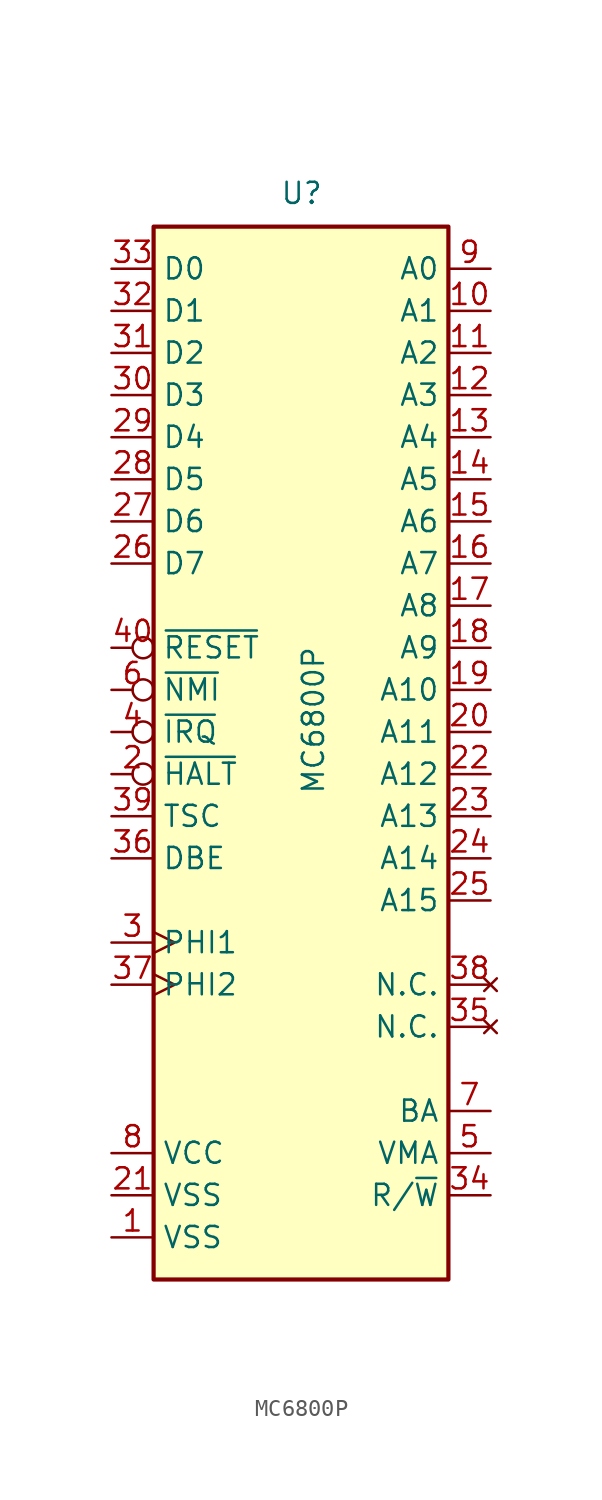
<source format=kicad_sym>
(kicad_symbol_lib
  (version 20231120)
  (generator "kicad_symbol_editor")
  (generator_version "8.0")
  (symbol "MC6800P"
    (property "Reference" "U"
      (at -1.27 31.75 0)
      (effects (font (size 1.27 1.27)) (justify left bottom)))
    (property "Value" "MC6800P"
      (at 0 -3.81 90)
      (effects (font (size 1.27 1.27)) (justify left top)))
    (symbol "MC6800P_0_1"
      (rectangle (start -8.89 -33.02) (end 8.89 30.48) (stroke (width 0.254) (type default)) (fill (type background))))
    (symbol "MC6800P_1_1"
      (pin power_in line (at -11.43 -30.48 0) (length 2.54) (name "VSS" (effects (font (size 1.27 1.27)))) (number "1" (effects (font (size 1.27 1.27)))))
      (pin output line (at 11.43 25.4 180) (length 2.54) (name "A1" (effects (font (size 1.27 1.27)))) (number "10" (effects (font (size 1.27 1.27)))))
      (pin output line (at 11.43 22.86 180) (length 2.54) (name "A2" (effects (font (size 1.27 1.27)))) (number "11" (effects (font (size 1.27 1.27)))))
      (pin output line (at 11.43 20.32 180) (length 2.54) (name "A3" (effects (font (size 1.27 1.27)))) (number "12" (effects (font (size 1.27 1.27)))))
      (pin output line (at 11.43 17.78 180) (length 2.54) (name "A4" (effects (font (size 1.27 1.27)))) (number "13" (effects (font (size 1.27 1.27)))))
      (pin output line (at 11.43 15.24 180) (length 2.54) (name "A5" (effects (font (size 1.27 1.27)))) (number "14" (effects (font (size 1.27 1.27)))))
      (pin output line (at 11.43 12.7 180) (length 2.54) (name "A6" (effects (font (size 1.27 1.27)))) (number "15" (effects (font (size 1.27 1.27)))))
      (pin output line (at 11.43 10.16 180) (length 2.54) (name "A7" (effects (font (size 1.27 1.27)))) (number "16" (effects (font (size 1.27 1.27)))))
      (pin output line (at 11.43 7.62 180) (length 2.54) (name "A8" (effects (font (size 1.27 1.27)))) (number "17" (effects (font (size 1.27 1.27)))))
      (pin output line (at 11.43 5.08 180) (length 2.54) (name "A9" (effects (font (size 1.27 1.27)))) (number "18" (effects (font (size 1.27 1.27)))))
      (pin output line (at 11.43 2.54 180) (length 2.54) (name "A10" (effects (font (size 1.27 1.27)))) (number "19" (effects (font (size 1.27 1.27)))))
      (pin input inverted (at -11.43 -2.54 0) (length 2.54) (name "~{HALT}" (effects (font (size 1.27 1.27)))) (number "2" (effects (font (size 1.27 1.27)))))
      (pin output line (at 11.43 0 180) (length 2.54) (name "A11" (effects (font (size 1.27 1.27)))) (number "20" (effects (font (size 1.27 1.27)))))
      (pin power_in line (at -11.43 -27.94 0) (length 2.54) (name "VSS" (effects (font (size 1.27 1.27)))) (number "21" (effects (font (size 1.27 1.27)))))
      (pin output line (at 11.43 -2.54 180) (length 2.54) (name "A12" (effects (font (size 1.27 1.27)))) (number "22" (effects (font (size 1.27 1.27)))))
      (pin output line (at 11.43 -5.08 180) (length 2.54) (name "A13" (effects (font (size 1.27 1.27)))) (number "23" (effects (font (size 1.27 1.27)))))
      (pin output line (at 11.43 -7.62 180) (length 2.54) (name "A14" (effects (font (size 1.27 1.27)))) (number "24" (effects (font (size 1.27 1.27)))))
      (pin output line (at 11.43 -10.16 180) (length 2.54) (name "A15" (effects (font (size 1.27 1.27)))) (number "25" (effects (font (size 1.27 1.27)))))
      (pin bidirectional line (at -11.43 10.16 0) (length 2.54) (name "D7" (effects (font (size 1.27 1.27)))) (number "26" (effects (font (size 1.27 1.27)))))
      (pin bidirectional line (at -11.43 12.7 0) (length 2.54) (name "D6" (effects (font (size 1.27 1.27)))) (number "27" (effects (font (size 1.27 1.27)))))
      (pin bidirectional line (at -11.43 15.24 0) (length 2.54) (name "D5" (effects (font (size 1.27 1.27)))) (number "28" (effects (font (size 1.27 1.27)))))
      (pin bidirectional line (at -11.43 17.78 0) (length 2.54) (name "D4" (effects (font (size 1.27 1.27)))) (number "29" (effects (font (size 1.27 1.27)))))
      (pin input clock (at -11.43 -12.7 0) (length 2.54) (name "PHI1" (effects (font (size 1.27 1.27)))) (number "3" (effects (font (size 1.27 1.27)))))
      (pin bidirectional line (at -11.43 20.32 0) (length 2.54) (name "D3" (effects (font (size 1.27 1.27)))) (number "30" (effects (font (size 1.27 1.27)))))
      (pin bidirectional line (at -11.43 22.86 0) (length 2.54) (name "D2" (effects (font (size 1.27 1.27)))) (number "31" (effects (font (size 1.27 1.27)))))
      (pin bidirectional line (at -11.43 25.4 0) (length 2.54) (name "D1" (effects (font (size 1.27 1.27)))) (number "32" (effects (font (size 1.27 1.27)))))
      (pin bidirectional line (at -11.43 27.94 0) (length 2.54) (name "D0" (effects (font (size 1.27 1.27)))) (number "33" (effects (font (size 1.27 1.27)))))
      (pin output line (at 11.43 -27.94 180) (length 2.54) (name "R/~{W}" (effects (font (size 1.27 1.27)))) (number "34" (effects (font (size 1.27 1.27)))))
      (pin no_connect line (at 11.43 -17.78 180) (length 2.54) (name "N.C." (effects (font (size 1.27 1.27)))) (number "35" (effects (font (size 1.27 1.27)))))
      (pin input line (at -11.43 -7.62 0) (length 2.54) (name "DBE" (effects (font (size 1.27 1.27)))) (number "36" (effects (font (size 1.27 1.27)))))
      (pin input clock (at -11.43 -15.24 0) (length 2.54) (name "PHI2" (effects (font (size 1.27 1.27)))) (number "37" (effects (font (size 1.27 1.27)))))
      (pin no_connect line (at 11.43 -15.24 180) (length 2.54) (name "N.C." (effects (font (size 1.27 1.27)))) (number "38" (effects (font (size 1.27 1.27)))))
      (pin input line (at -11.43 -5.08 0) (length 2.54) (name "TSC" (effects (font (size 1.27 1.27)))) (number "39" (effects (font (size 1.27 1.27)))))
      (pin input inverted (at -11.43 0 0) (length 2.54) (name "~{IRQ}" (effects (font (size 1.27 1.27)))) (number "4" (effects (font (size 1.27 1.27)))))
      (pin input inverted (at -11.43 5.08 0) (length 2.54) (name "~{RESET}" (effects (font (size 1.27 1.27)))) (number "40" (effects (font (size 1.27 1.27)))))
      (pin output line (at 11.43 -25.4 180) (length 2.54) (name "VMA" (effects (font (size 1.27 1.27)))) (number "5" (effects (font (size 1.27 1.27)))))
      (pin input inverted (at -11.43 2.54 0) (length 2.54) (name "~{NMI}" (effects (font (size 1.27 1.27)))) (number "6" (effects (font (size 1.27 1.27)))))
      (pin output line (at 11.43 -22.86 180) (length 2.54) (name "BA" (effects (font (size 1.27 1.27)))) (number "7" (effects (font (size 1.27 1.27)))))
      (pin power_in line (at -11.43 -25.4 0) (length 2.54) (name "VCC" (effects (font (size 1.27 1.27)))) (number "8" (effects (font (size 1.27 1.27)))))
      (pin output line (at 11.43 27.94 180) (length 2.54) (name "A0" (effects (font (size 1.27 1.27)))) (number "9" (effects (font (size 1.27 1.27))))))))
</source>
